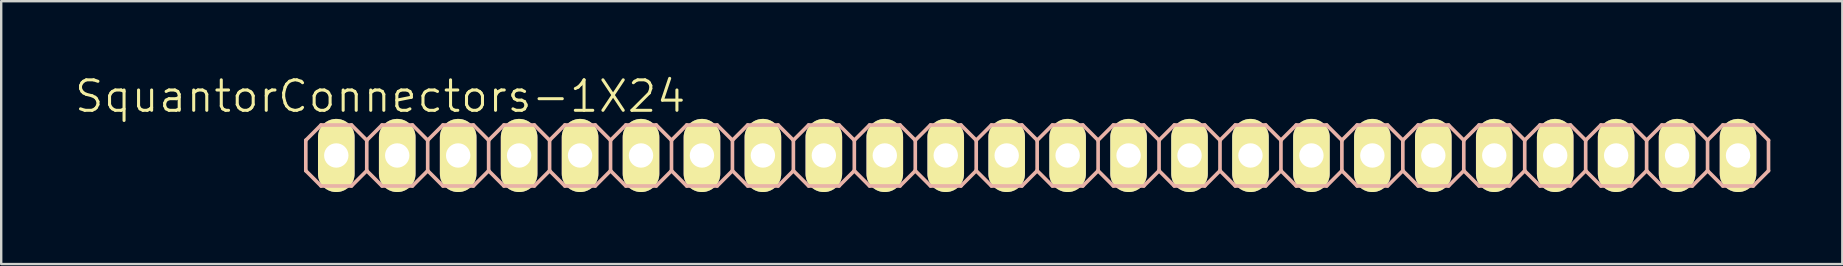
<source format=kicad_pcb>
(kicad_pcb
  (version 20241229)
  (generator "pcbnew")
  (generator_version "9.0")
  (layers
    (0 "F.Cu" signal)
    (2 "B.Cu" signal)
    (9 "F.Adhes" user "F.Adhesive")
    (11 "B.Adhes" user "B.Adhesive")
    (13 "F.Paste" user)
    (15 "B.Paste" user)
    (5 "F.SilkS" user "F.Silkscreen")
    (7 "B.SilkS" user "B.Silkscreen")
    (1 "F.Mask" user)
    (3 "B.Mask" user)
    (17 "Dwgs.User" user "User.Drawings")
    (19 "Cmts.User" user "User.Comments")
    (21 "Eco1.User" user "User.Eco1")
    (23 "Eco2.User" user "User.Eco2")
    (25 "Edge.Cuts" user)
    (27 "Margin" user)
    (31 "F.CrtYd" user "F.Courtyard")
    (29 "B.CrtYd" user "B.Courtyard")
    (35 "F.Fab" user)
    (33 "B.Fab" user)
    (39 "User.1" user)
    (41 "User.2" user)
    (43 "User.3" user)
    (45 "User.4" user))
  (footprint "SquantorConnectors-1X24"
    (layer "F.Cu")
    (at 40.175 3.43)
    (property "Reference" "SquantorConnectors-1X24" (at -27.381 -2.464 0) (layer "F.SilkS") (effects (font (size 1.27 1.27) (thickness 0.127))))
    (attr exclude_from_pos_files exclude_from_bom)
    (fp_line (start -29.464 -0.254) (end -28.953 -0.254) (stroke (width 0.066) (type solid)) (layer "F.SilkS"))
    (fp_line (start -29.464 0.254) (end -29.464 -0.254) (stroke (width 0.066) (type solid)) (layer "F.SilkS"))
    (fp_line (start -29.464 0.254) (end -28.953 0.254) (stroke (width 0.066) (type solid)) (layer "F.SilkS"))
    (fp_line (start -28.953 0.254) (end -28.953 -0.254) (stroke (width 0.066) (type solid)) (layer "F.SilkS"))
    (fp_line (start -26.924 -0.254) (end -26.416 -0.254) (stroke (width 0.066) (type solid)) (layer "F.SilkS"))
    (fp_line (start -26.924 0.254) (end -26.924 -0.254) (stroke (width 0.066) (type solid)) (layer "F.SilkS"))
    (fp_line (start -26.924 0.254) (end -26.416 0.254) (stroke (width 0.066) (type solid)) (layer "F.SilkS"))
    (fp_line (start -26.416 0.254) (end -26.416 -0.254) (stroke (width 0.066) (type solid)) (layer "F.SilkS"))
    (fp_line (start -24.384 -0.254) (end -23.876 -0.254) (stroke (width 0.066) (type solid)) (layer "F.SilkS"))
    (fp_line (start -24.384 0.254) (end -24.384 -0.254) (stroke (width 0.066) (type solid)) (layer "F.SilkS"))
    (fp_line (start -24.384 0.254) (end -23.876 0.254) (stroke (width 0.066) (type solid)) (layer "F.SilkS"))
    (fp_line (start -23.876 0.254) (end -23.876 -0.254) (stroke (width 0.066) (type solid)) (layer "F.SilkS"))
    (fp_line (start -21.844 -0.254) (end -21.336 -0.254) (stroke (width 0.066) (type solid)) (layer "F.SilkS"))
    (fp_line (start -21.844 0.254) (end -21.844 -0.254) (stroke (width 0.066) (type solid)) (layer "F.SilkS"))
    (fp_line (start -21.844 0.254) (end -21.336 0.254) (stroke (width 0.066) (type solid)) (layer "F.SilkS"))
    (fp_line (start -21.336 0.254) (end -21.336 -0.254) (stroke (width 0.066) (type solid)) (layer "F.SilkS"))
    (fp_line (start -19.304 -0.254) (end -18.796 -0.254) (stroke (width 0.066) (type solid)) (layer "F.SilkS"))
    (fp_line (start -19.304 0.254) (end -19.304 -0.254) (stroke (width 0.066) (type solid)) (layer "F.SilkS"))
    (fp_line (start -19.304 0.254) (end -18.796 0.254) (stroke (width 0.066) (type solid)) (layer "F.SilkS"))
    (fp_line (start -18.796 0.254) (end -18.796 -0.254) (stroke (width 0.066) (type solid)) (layer "F.SilkS"))
    (fp_line (start -16.764 -0.254) (end -16.256 -0.254) (stroke (width 0.066) (type solid)) (layer "F.SilkS"))
    (fp_line (start -16.764 0.254) (end -16.764 -0.254) (stroke (width 0.066) (type solid)) (layer "F.SilkS"))
    (fp_line (start -16.764 0.254) (end -16.256 0.254) (stroke (width 0.066) (type solid)) (layer "F.SilkS"))
    (fp_line (start -16.256 0.254) (end -16.256 -0.254) (stroke (width 0.066) (type solid)) (layer "F.SilkS"))
    (fp_line (start -14.224 -0.254) (end -13.716 -0.254) (stroke (width 0.066) (type solid)) (layer "F.SilkS"))
    (fp_line (start -14.224 0.254) (end -14.224 -0.254) (stroke (width 0.066) (type solid)) (layer "F.SilkS"))
    (fp_line (start -14.224 0.254) (end -13.716 0.254) (stroke (width 0.066) (type solid)) (layer "F.SilkS"))
    (fp_line (start -13.716 0.254) (end -13.716 -0.254) (stroke (width 0.066) (type solid)) (layer "F.SilkS"))
    (fp_line (start -11.684 -0.254) (end -11.176 -0.254) (stroke (width 0.066) (type solid)) (layer "F.SilkS"))
    (fp_line (start -11.684 0.254) (end -11.684 -0.254) (stroke (width 0.066) (type solid)) (layer "F.SilkS"))
    (fp_line (start -11.684 0.254) (end -11.176 0.254) (stroke (width 0.066) (type solid)) (layer "F.SilkS"))
    (fp_line (start -11.176 0.254) (end -11.176 -0.254) (stroke (width 0.066) (type solid)) (layer "F.SilkS"))
    (fp_line (start -9.144 -0.254) (end -8.636 -0.254) (stroke (width 0.066) (type solid)) (layer "F.SilkS"))
    (fp_line (start -9.144 0.254) (end -9.144 -0.254) (stroke (width 0.066) (type solid)) (layer "F.SilkS"))
    (fp_line (start -9.144 0.254) (end -8.636 0.254) (stroke (width 0.066) (type solid)) (layer "F.SilkS"))
    (fp_line (start -8.636 0.254) (end -8.636 -0.254) (stroke (width 0.066) (type solid)) (layer "F.SilkS"))
    (fp_line (start -6.604 -0.254) (end -6.096 -0.254) (stroke (width 0.066) (type solid)) (layer "F.SilkS"))
    (fp_line (start -6.604 0.254) (end -6.604 -0.254) (stroke (width 0.066) (type solid)) (layer "F.SilkS"))
    (fp_line (start -6.604 0.254) (end -6.096 0.254) (stroke (width 0.066) (type solid)) (layer "F.SilkS"))
    (fp_line (start -6.096 0.254) (end -6.096 -0.254) (stroke (width 0.066) (type solid)) (layer "F.SilkS"))
    (fp_line (start -4.064 -0.254) (end -3.556 -0.254) (stroke (width 0.066) (type solid)) (layer "F.SilkS"))
    (fp_line (start -4.064 0.254) (end -4.064 -0.254) (stroke (width 0.066) (type solid)) (layer "F.SilkS"))
    (fp_line (start -4.064 0.254) (end -3.556 0.254) (stroke (width 0.066) (type solid)) (layer "F.SilkS"))
    (fp_line (start -3.556 0.254) (end -3.556 -0.254) (stroke (width 0.066) (type solid)) (layer "F.SilkS"))
    (fp_line (start -1.524 -0.254) (end -1.016 -0.254) (stroke (width 0.066) (type solid)) (layer "F.SilkS"))
    (fp_line (start -1.524 0.254) (end -1.524 -0.254) (stroke (width 0.066) (type solid)) (layer "F.SilkS"))
    (fp_line (start -1.524 0.254) (end -1.016 0.254) (stroke (width 0.066) (type solid)) (layer "F.SilkS"))
    (fp_line (start -1.016 0.254) (end -1.016 -0.254) (stroke (width 0.066) (type solid)) (layer "F.SilkS"))
    (fp_line (start 1.016 -0.254) (end 1.524 -0.254) (stroke (width 0.066) (type solid)) (layer "F.SilkS"))
    (fp_line (start 1.016 0.254) (end 1.016 -0.254) (stroke (width 0.066) (type solid)) (layer "F.SilkS"))
    (fp_line (start 1.016 0.254) (end 1.524 0.254) (stroke (width 0.066) (type solid)) (layer "F.SilkS"))
    (fp_line (start 1.524 0.254) (end 1.524 -0.254) (stroke (width 0.066) (type solid)) (layer "F.SilkS"))
    (fp_line (start 3.556 -0.254) (end 4.064 -0.254) (stroke (width 0.066) (type solid)) (layer "F.SilkS"))
    (fp_line (start 3.556 0.254) (end 3.556 -0.254) (stroke (width 0.066) (type solid)) (layer "F.SilkS"))
    (fp_line (start 3.556 0.254) (end 4.064 0.254) (stroke (width 0.066) (type solid)) (layer "F.SilkS"))
    (fp_line (start 4.064 0.254) (end 4.064 -0.254) (stroke (width 0.066) (type solid)) (layer "F.SilkS"))
    (fp_line (start 6.096 -0.254) (end 6.604 -0.254) (stroke (width 0.066) (type solid)) (layer "F.SilkS"))
    (fp_line (start 6.096 0.254) (end 6.096 -0.254) (stroke (width 0.066) (type solid)) (layer "F.SilkS"))
    (fp_line (start 6.096 0.254) (end 6.604 0.254) (stroke (width 0.066) (type solid)) (layer "F.SilkS"))
    (fp_line (start 6.604 0.254) (end 6.604 -0.254) (stroke (width 0.066) (type solid)) (layer "F.SilkS"))
    (fp_line (start 8.636 -0.254) (end 9.144 -0.254) (stroke (width 0.066) (type solid)) (layer "F.SilkS"))
    (fp_line (start 8.636 0.254) (end 8.636 -0.254) (stroke (width 0.066) (type solid)) (layer "F.SilkS"))
    (fp_line (start 8.636 0.254) (end 9.144 0.254) (stroke (width 0.066) (type solid)) (layer "F.SilkS"))
    (fp_line (start 9.144 0.254) (end 9.144 -0.254) (stroke (width 0.066) (type solid)) (layer "F.SilkS"))
    (fp_line (start 11.176 -0.254) (end 11.684 -0.254) (stroke (width 0.066) (type solid)) (layer "F.SilkS"))
    (fp_line (start 11.176 0.254) (end 11.176 -0.254) (stroke (width 0.066) (type solid)) (layer "F.SilkS"))
    (fp_line (start 11.176 0.254) (end 11.684 0.254) (stroke (width 0.066) (type solid)) (layer "F.SilkS"))
    (fp_line (start 11.684 0.254) (end 11.684 -0.254) (stroke (width 0.066) (type solid)) (layer "F.SilkS"))
    (fp_line (start 13.716 -0.254) (end 14.224 -0.254) (stroke (width 0.066) (type solid)) (layer "F.SilkS"))
    (fp_line (start 13.716 0.254) (end 13.716 -0.254) (stroke (width 0.066) (type solid)) (layer "F.SilkS"))
    (fp_line (start 13.716 0.254) (end 14.224 0.254) (stroke (width 0.066) (type solid)) (layer "F.SilkS"))
    (fp_line (start 14.224 0.254) (end 14.224 -0.254) (stroke (width 0.066) (type solid)) (layer "F.SilkS"))
    (fp_line (start 16.256 -0.254) (end 16.764 -0.254) (stroke (width 0.066) (type solid)) (layer "F.SilkS"))
    (fp_line (start 16.256 0.254) (end 16.256 -0.254) (stroke (width 0.066) (type solid)) (layer "F.SilkS"))
    (fp_line (start 16.256 0.254) (end 16.764 0.254) (stroke (width 0.066) (type solid)) (layer "F.SilkS"))
    (fp_line (start 16.764 0.254) (end 16.764 -0.254) (stroke (width 0.066) (type solid)) (layer "F.SilkS"))
    (fp_line (start 18.796 -0.254) (end 19.304 -0.254) (stroke (width 0.066) (type solid)) (layer "F.SilkS"))
    (fp_line (start 18.796 0.254) (end 18.796 -0.254) (stroke (width 0.066) (type solid)) (layer "F.SilkS"))
    (fp_line (start 18.796 0.254) (end 19.304 0.254) (stroke (width 0.066) (type solid)) (layer "F.SilkS"))
    (fp_line (start 19.304 0.254) (end 19.304 -0.254) (stroke (width 0.066) (type solid)) (layer "F.SilkS"))
    (fp_line (start 21.336 -0.254) (end 21.844 -0.254) (stroke (width 0.066) (type solid)) (layer "F.SilkS"))
    (fp_line (start 21.336 0.254) (end 21.336 -0.254) (stroke (width 0.066) (type solid)) (layer "F.SilkS"))
    (fp_line (start 21.336 0.254) (end 21.844 0.254) (stroke (width 0.066) (type solid)) (layer "F.SilkS"))
    (fp_line (start 21.844 0.254) (end 21.844 -0.254) (stroke (width 0.066) (type solid)) (layer "F.SilkS"))
    (fp_line (start 23.876 -0.254) (end 24.384 -0.254) (stroke (width 0.066) (type solid)) (layer "F.SilkS"))
    (fp_line (start 23.876 0.254) (end 23.876 -0.254) (stroke (width 0.066) (type solid)) (layer "F.SilkS"))
    (fp_line (start 23.876 0.254) (end 24.384 0.254) (stroke (width 0.066) (type solid)) (layer "F.SilkS"))
    (fp_line (start 24.384 0.254) (end 24.384 -0.254) (stroke (width 0.066) (type solid)) (layer "F.SilkS"))
    (fp_line (start 26.416 -0.254) (end 26.924 -0.254) (stroke (width 0.066) (type solid)) (layer "F.SilkS"))
    (fp_line (start 26.416 0.254) (end 26.416 -0.254) (stroke (width 0.066) (type solid)) (layer "F.SilkS"))
    (fp_line (start 26.416 0.254) (end 26.924 0.254) (stroke (width 0.066) (type solid)) (layer "F.SilkS"))
    (fp_line (start 26.924 0.254) (end 26.924 -0.254) (stroke (width 0.066) (type solid)) (layer "F.SilkS"))
    (fp_line (start 28.953 -0.254) (end 29.464 -0.254) (stroke (width 0.066) (type solid)) (layer "F.SilkS"))
    (fp_line (start 28.953 0.254) (end 28.953 -0.254) (stroke (width 0.066) (type solid)) (layer "F.SilkS"))
    (fp_line (start 28.953 0.254) (end 29.464 0.254) (stroke (width 0.066) (type solid)) (layer "F.SilkS"))
    (fp_line (start 29.464 0.254) (end 29.464 -0.254) (stroke (width 0.066) (type solid)) (layer "F.SilkS"))
    (fp_line (start -30.48 -0.635) (end -30.48 0.635) (stroke (width 0.152) (type solid)) (layer "B.SilkS"))
    (fp_line (start -30.48 0.635) (end -29.845 1.27) (stroke (width 0.152) (type solid)) (layer "B.SilkS"))
    (fp_line (start -29.845 -1.27) (end -30.48 -0.635) (stroke (width 0.152) (type solid)) (layer "B.SilkS"))
    (fp_line (start -29.845 -1.27) (end -28.575 -1.27) (stroke (width 0.152) (type solid)) (layer "B.SilkS"))
    (fp_line (start -28.575 -1.27) (end -27.94 -0.635) (stroke (width 0.152) (type solid)) (layer "B.SilkS"))
    (fp_line (start -28.575 1.27) (end -29.845 1.27) (stroke (width 0.152) (type solid)) (layer "B.SilkS"))
    (fp_line (start -27.94 -0.635) (end -27.94 0.635) (stroke (width 0.152) (type solid)) (layer "B.SilkS"))
    (fp_line (start -27.94 -0.635) (end -27.305 -1.27) (stroke (width 0.152) (type solid)) (layer "B.SilkS"))
    (fp_line (start -27.94 0.635) (end -28.575 1.27) (stroke (width 0.152) (type solid)) (layer "B.SilkS"))
    (fp_line (start -27.305 -1.27) (end -26.035 -1.27) (stroke (width 0.152) (type solid)) (layer "B.SilkS"))
    (fp_line (start -27.305 1.27) (end -27.94 0.635) (stroke (width 0.152) (type solid)) (layer "B.SilkS"))
    (fp_line (start -26.035 -1.27) (end -25.4 -0.635) (stroke (width 0.152) (type solid)) (layer "B.SilkS"))
    (fp_line (start -26.035 1.27) (end -27.305 1.27) (stroke (width 0.152) (type solid)) (layer "B.SilkS"))
    (fp_line (start -25.4 -0.635) (end -25.4 0.635) (stroke (width 0.152) (type solid)) (layer "B.SilkS"))
    (fp_line (start -25.4 -0.635) (end -24.765 -1.27) (stroke (width 0.152) (type solid)) (layer "B.SilkS"))
    (fp_line (start -25.4 0.635) (end -26.035 1.27) (stroke (width 0.152) (type solid)) (layer "B.SilkS"))
    (fp_line (start -24.765 -1.27) (end -23.495 -1.27) (stroke (width 0.152) (type solid)) (layer "B.SilkS"))
    (fp_line (start -24.765 1.27) (end -25.4 0.635) (stroke (width 0.152) (type solid)) (layer "B.SilkS"))
    (fp_line (start -23.495 -1.27) (end -22.86 -0.635) (stroke (width 0.152) (type solid)) (layer "B.SilkS"))
    (fp_line (start -23.495 1.27) (end -24.765 1.27) (stroke (width 0.152) (type solid)) (layer "B.SilkS"))
    (fp_line (start -22.86 -0.635) (end -22.86 0.635) (stroke (width 0.152) (type solid)) (layer "B.SilkS"))
    (fp_line (start -22.86 0.635) (end -23.495 1.27) (stroke (width 0.152) (type solid)) (layer "B.SilkS"))
    (fp_line (start -22.86 0.635) (end -22.225 1.27) (stroke (width 0.152) (type solid)) (layer "B.SilkS"))
    (fp_line (start -22.225 -1.27) (end -22.86 -0.635) (stroke (width 0.152) (type solid)) (layer "B.SilkS"))
    (fp_line (start -22.225 -1.27) (end -20.955 -1.27) (stroke (width 0.152) (type solid)) (layer "B.SilkS"))
    (fp_line (start -20.955 -1.27) (end -20.32 -0.635) (stroke (width 0.152) (type solid)) (layer "B.SilkS"))
    (fp_line (start -20.955 1.27) (end -22.225 1.27) (stroke (width 0.152) (type solid)) (layer "B.SilkS"))
    (fp_line (start -20.32 -0.635) (end -20.32 0.635) (stroke (width 0.152) (type solid)) (layer "B.SilkS"))
    (fp_line (start -20.32 -0.635) (end -19.685 -1.27) (stroke (width 0.152) (type solid)) (layer "B.SilkS"))
    (fp_line (start -20.32 0.635) (end -20.955 1.27) (stroke (width 0.152) (type solid)) (layer "B.SilkS"))
    (fp_line (start -19.685 -1.27) (end -18.415 -1.27) (stroke (width 0.152) (type solid)) (layer "B.SilkS"))
    (fp_line (start -19.685 1.27) (end -20.32 0.635) (stroke (width 0.152) (type solid)) (layer "B.SilkS"))
    (fp_line (start -18.415 -1.27) (end -17.78 -0.635) (stroke (width 0.152) (type solid)) (layer "B.SilkS"))
    (fp_line (start -18.415 1.27) (end -19.685 1.27) (stroke (width 0.152) (type solid)) (layer "B.SilkS"))
    (fp_line (start -17.78 -0.635) (end -17.78 0.635) (stroke (width 0.152) (type solid)) (layer "B.SilkS"))
    (fp_line (start -17.78 -0.635) (end -17.145 -1.27) (stroke (width 0.152) (type solid)) (layer "B.SilkS"))
    (fp_line (start -17.78 0.635) (end -18.415 1.27) (stroke (width 0.152) (type solid)) (layer "B.SilkS"))
    (fp_line (start -17.145 -1.27) (end -15.875 -1.27) (stroke (width 0.152) (type solid)) (layer "B.SilkS"))
    (fp_line (start -17.145 1.27) (end -17.78 0.635) (stroke (width 0.152) (type solid)) (layer "B.SilkS"))
    (fp_line (start -15.875 -1.27) (end -15.24 -0.635) (stroke (width 0.152) (type solid)) (layer "B.SilkS"))
    (fp_line (start -15.875 1.27) (end -17.145 1.27) (stroke (width 0.152) (type solid)) (layer "B.SilkS"))
    (fp_line (start -15.24 -0.635) (end -15.24 0.635) (stroke (width 0.152) (type solid)) (layer "B.SilkS"))
    (fp_line (start -15.24 0.635) (end -15.875 1.27) (stroke (width 0.152) (type solid)) (layer "B.SilkS"))
    (fp_line (start -15.24 0.635) (end -14.605 1.27) (stroke (width 0.152) (type solid)) (layer "B.SilkS"))
    (fp_line (start -14.605 -1.27) (end -15.24 -0.635) (stroke (width 0.152) (type solid)) (layer "B.SilkS"))
    (fp_line (start -14.605 -1.27) (end -13.335 -1.27) (stroke (width 0.152) (type solid)) (layer "B.SilkS"))
    (fp_line (start -13.335 -1.27) (end -12.7 -0.635) (stroke (width 0.152) (type solid)) (layer "B.SilkS"))
    (fp_line (start -13.335 1.27) (end -14.605 1.27) (stroke (width 0.152) (type solid)) (layer "B.SilkS"))
    (fp_line (start -12.7 -0.635) (end -12.7 0.635) (stroke (width 0.152) (type solid)) (layer "B.SilkS"))
    (fp_line (start -12.7 -0.635) (end -12.065 -1.27) (stroke (width 0.152) (type solid)) (layer "B.SilkS"))
    (fp_line (start -12.7 0.635) (end -13.335 1.27) (stroke (width 0.152) (type solid)) (layer "B.SilkS"))
    (fp_line (start -12.065 -1.27) (end -10.795 -1.27) (stroke (width 0.152) (type solid)) (layer "B.SilkS"))
    (fp_line (start -12.065 1.27) (end -12.7 0.635) (stroke (width 0.152) (type solid)) (layer "B.SilkS"))
    (fp_line (start -10.795 -1.27) (end -10.16 -0.635) (stroke (width 0.152) (type solid)) (layer "B.SilkS"))
    (fp_line (start -10.795 1.27) (end -12.065 1.27) (stroke (width 0.152) (type solid)) (layer "B.SilkS"))
    (fp_line (start -10.16 -0.635) (end -10.16 0.635) (stroke (width 0.152) (type solid)) (layer "B.SilkS"))
    (fp_line (start -10.16 -0.635) (end -9.525 -1.27) (stroke (width 0.152) (type solid)) (layer "B.SilkS"))
    (fp_line (start -10.16 0.635) (end -10.795 1.27) (stroke (width 0.152) (type solid)) (layer "B.SilkS"))
    (fp_line (start -9.525 -1.27) (end -8.255 -1.27) (stroke (width 0.152) (type solid)) (layer "B.SilkS"))
    (fp_line (start -9.525 1.27) (end -10.16 0.635) (stroke (width 0.152) (type solid)) (layer "B.SilkS"))
    (fp_line (start -8.255 -1.27) (end -7.62 -0.635) (stroke (width 0.152) (type solid)) (layer "B.SilkS"))
    (fp_line (start -8.255 1.27) (end -9.525 1.27) (stroke (width 0.152) (type solid)) (layer "B.SilkS"))
    (fp_line (start -7.62 -0.635) (end -7.62 0.635) (stroke (width 0.152) (type solid)) (layer "B.SilkS"))
    (fp_line (start -7.62 0.635) (end -8.255 1.27) (stroke (width 0.152) (type solid)) (layer "B.SilkS"))
    (fp_line (start -7.62 0.635) (end -6.985 1.27) (stroke (width 0.152) (type solid)) (layer "B.SilkS"))
    (fp_line (start -6.985 -1.27) (end -7.62 -0.635) (stroke (width 0.152) (type solid)) (layer "B.SilkS"))
    (fp_line (start -6.985 -1.27) (end -5.715 -1.27) (stroke (width 0.152) (type solid)) (layer "B.SilkS"))
    (fp_line (start -5.715 -1.27) (end -5.08 -0.635) (stroke (width 0.152) (type solid)) (layer "B.SilkS"))
    (fp_line (start -5.715 1.27) (end -6.985 1.27) (stroke (width 0.152) (type solid)) (layer "B.SilkS"))
    (fp_line (start -5.08 -0.635) (end -5.08 0.635) (stroke (width 0.152) (type solid)) (layer "B.SilkS"))
    (fp_line (start -5.08 -0.635) (end -4.445 -1.27) (stroke (width 0.152) (type solid)) (layer "B.SilkS"))
    (fp_line (start -5.08 0.635) (end -5.715 1.27) (stroke (width 0.152) (type solid)) (layer "B.SilkS"))
    (fp_line (start -4.445 -1.27) (end -3.175 -1.27) (stroke (width 0.152) (type solid)) (layer "B.SilkS"))
    (fp_line (start -4.445 1.27) (end -5.08 0.635) (stroke (width 0.152) (type solid)) (layer "B.SilkS"))
    (fp_line (start -3.175 -1.27) (end -2.54 -0.635) (stroke (width 0.152) (type solid)) (layer "B.SilkS"))
    (fp_line (start -3.175 1.27) (end -4.445 1.27) (stroke (width 0.152) (type solid)) (layer "B.SilkS"))
    (fp_line (start -2.54 -0.635) (end -2.54 0.635) (stroke (width 0.152) (type solid)) (layer "B.SilkS"))
    (fp_line (start -2.54 -0.635) (end -1.905 -1.27) (stroke (width 0.152) (type solid)) (layer "B.SilkS"))
    (fp_line (start -2.54 0.635) (end -3.175 1.27) (stroke (width 0.152) (type solid)) (layer "B.SilkS"))
    (fp_line (start -1.905 -1.27) (end -0.635 -1.27) (stroke (width 0.152) (type solid)) (layer "B.SilkS"))
    (fp_line (start -1.905 1.27) (end -2.54 0.635) (stroke (width 0.152) (type solid)) (layer "B.SilkS"))
    (fp_line (start -0.635 -1.27) (end 0 -0.635) (stroke (width 0.152) (type solid)) (layer "B.SilkS"))
    (fp_line (start -0.635 1.27) (end -1.905 1.27) (stroke (width 0.152) (type solid)) (layer "B.SilkS"))
    (fp_line (start 0 -0.635) (end 0 0.635) (stroke (width 0.152) (type solid)) (layer "B.SilkS"))
    (fp_line (start 0 0.635) (end -0.635 1.27) (stroke (width 0.152) (type solid)) (layer "B.SilkS"))
    (fp_line (start 0 0.635) (end 0.635 1.27) (stroke (width 0.152) (type solid)) (layer "B.SilkS"))
    (fp_line (start 0.635 -1.27) (end 0 -0.635) (stroke (width 0.152) (type solid)) (layer "B.SilkS"))
    (fp_line (start 0.635 -1.27) (end 1.905 -1.27) (stroke (width 0.152) (type solid)) (layer "B.SilkS"))
    (fp_line (start 1.905 -1.27) (end 2.54 -0.635) (stroke (width 0.152) (type solid)) (layer "B.SilkS"))
    (fp_line (start 1.905 1.27) (end 0.635 1.27) (stroke (width 0.152) (type solid)) (layer "B.SilkS"))
    (fp_line (start 2.54 -0.635) (end 2.54 0.635) (stroke (width 0.152) (type solid)) (layer "B.SilkS"))
    (fp_line (start 2.54 -0.635) (end 3.175 -1.27) (stroke (width 0.152) (type solid)) (layer "B.SilkS"))
    (fp_line (start 2.54 0.635) (end 1.905 1.27) (stroke (width 0.152) (type solid)) (layer "B.SilkS"))
    (fp_line (start 3.175 -1.27) (end 4.445 -1.27) (stroke (width 0.152) (type solid)) (layer "B.SilkS"))
    (fp_line (start 3.175 1.27) (end 2.54 0.635) (stroke (width 0.152) (type solid)) (layer "B.SilkS"))
    (fp_line (start 4.445 -1.27) (end 5.08 -0.635) (stroke (width 0.152) (type solid)) (layer "B.SilkS"))
    (fp_line (start 4.445 1.27) (end 3.175 1.27) (stroke (width 0.152) (type solid)) (layer "B.SilkS"))
    (fp_line (start 5.08 -0.635) (end 5.08 0.635) (stroke (width 0.152) (type solid)) (layer "B.SilkS"))
    (fp_line (start 5.08 -0.635) (end 5.715 -1.27) (stroke (width 0.152) (type solid)) (layer "B.SilkS"))
    (fp_line (start 5.08 0.635) (end 4.445 1.27) (stroke (width 0.152) (type solid)) (layer "B.SilkS"))
    (fp_line (start 5.715 -1.27) (end 6.985 -1.27) (stroke (width 0.152) (type solid)) (layer "B.SilkS"))
    (fp_line (start 5.715 1.27) (end 5.08 0.635) (stroke (width 0.152) (type solid)) (layer "B.SilkS"))
    (fp_line (start 6.985 -1.27) (end 7.62 -0.635) (stroke (width 0.152) (type solid)) (layer "B.SilkS"))
    (fp_line (start 6.985 1.27) (end 5.715 1.27) (stroke (width 0.152) (type solid)) (layer "B.SilkS"))
    (fp_line (start 7.62 -0.635) (end 7.62 0.635) (stroke (width 0.152) (type solid)) (layer "B.SilkS"))
    (fp_line (start 7.62 0.635) (end 6.985 1.27) (stroke (width 0.152) (type solid)) (layer "B.SilkS"))
    (fp_line (start 7.62 0.635) (end 8.255 1.27) (stroke (width 0.152) (type solid)) (layer "B.SilkS"))
    (fp_line (start 8.255 -1.27) (end 7.62 -0.635) (stroke (width 0.152) (type solid)) (layer "B.SilkS"))
    (fp_line (start 8.255 -1.27) (end 9.525 -1.27) (stroke (width 0.152) (type solid)) (layer "B.SilkS"))
    (fp_line (start 9.525 -1.27) (end 10.16 -0.635) (stroke (width 0.152) (type solid)) (layer "B.SilkS"))
    (fp_line (start 9.525 1.27) (end 8.255 1.27) (stroke (width 0.152) (type solid)) (layer "B.SilkS"))
    (fp_line (start 10.16 -0.635) (end 10.16 0.635) (stroke (width 0.152) (type solid)) (layer "B.SilkS"))
    (fp_line (start 10.16 -0.635) (end 10.795 -1.27) (stroke (width 0.152) (type solid)) (layer "B.SilkS"))
    (fp_line (start 10.16 0.635) (end 9.525 1.27) (stroke (width 0.152) (type solid)) (layer "B.SilkS"))
    (fp_line (start 10.795 -1.27) (end 12.065 -1.27) (stroke (width 0.152) (type solid)) (layer "B.SilkS"))
    (fp_line (start 10.795 1.27) (end 10.16 0.635) (stroke (width 0.152) (type solid)) (layer "B.SilkS"))
    (fp_line (start 12.065 -1.27) (end 12.7 -0.635) (stroke (width 0.152) (type solid)) (layer "B.SilkS"))
    (fp_line (start 12.065 1.27) (end 10.795 1.27) (stroke (width 0.152) (type solid)) (layer "B.SilkS"))
    (fp_line (start 12.7 -0.635) (end 12.7 0.635) (stroke (width 0.152) (type solid)) (layer "B.SilkS"))
    (fp_line (start 12.7 -0.635) (end 13.335 -1.27) (stroke (width 0.152) (type solid)) (layer "B.SilkS"))
    (fp_line (start 12.7 0.635) (end 12.065 1.27) (stroke (width 0.152) (type solid)) (layer "B.SilkS"))
    (fp_line (start 13.335 -1.27) (end 14.605 -1.27) (stroke (width 0.152) (type solid)) (layer "B.SilkS"))
    (fp_line (start 13.335 1.27) (end 12.7 0.635) (stroke (width 0.152) (type solid)) (layer "B.SilkS"))
    (fp_line (start 14.605 -1.27) (end 15.24 -0.635) (stroke (width 0.152) (type solid)) (layer "B.SilkS"))
    (fp_line (start 14.605 1.27) (end 13.335 1.27) (stroke (width 0.152) (type solid)) (layer "B.SilkS"))
    (fp_line (start 15.24 -0.635) (end 15.24 0.635) (stroke (width 0.152) (type solid)) (layer "B.SilkS"))
    (fp_line (start 15.24 0.635) (end 14.605 1.27) (stroke (width 0.152) (type solid)) (layer "B.SilkS"))
    (fp_line (start 15.24 0.635) (end 15.875 1.27) (stroke (width 0.152) (type solid)) (layer "B.SilkS"))
    (fp_line (start 15.875 -1.27) (end 15.24 -0.635) (stroke (width 0.152) (type solid)) (layer "B.SilkS"))
    (fp_line (start 15.875 -1.27) (end 17.145 -1.27) (stroke (width 0.152) (type solid)) (layer "B.SilkS"))
    (fp_line (start 17.145 -1.27) (end 17.78 -0.635) (stroke (width 0.152) (type solid)) (layer "B.SilkS"))
    (fp_line (start 17.145 1.27) (end 15.875 1.27) (stroke (width 0.152) (type solid)) (layer "B.SilkS"))
    (fp_line (start 17.78 -0.635) (end 17.78 0.635) (stroke (width 0.152) (type solid)) (layer "B.SilkS"))
    (fp_line (start 17.78 0.635) (end 17.145 1.27) (stroke (width 0.152) (type solid)) (layer "B.SilkS"))
    (fp_line (start 17.78 0.635) (end 18.415 1.27) (stroke (width 0.152) (type solid)) (layer "B.SilkS"))
    (fp_line (start 18.415 -1.27) (end 17.78 -0.635) (stroke (width 0.152) (type solid)) (layer "B.SilkS"))
    (fp_line (start 18.415 -1.27) (end 19.685 -1.27) (stroke (width 0.152) (type solid)) (layer "B.SilkS"))
    (fp_line (start 19.685 -1.27) (end 20.32 -0.635) (stroke (width 0.152) (type solid)) (layer "B.SilkS"))
    (fp_line (start 19.685 1.27) (end 18.415 1.27) (stroke (width 0.152) (type solid)) (layer "B.SilkS"))
    (fp_line (start 20.32 -0.635) (end 20.32 0.635) (stroke (width 0.152) (type solid)) (layer "B.SilkS"))
    (fp_line (start 20.32 0.635) (end 19.685 1.27) (stroke (width 0.152) (type solid)) (layer "B.SilkS"))
    (fp_line (start 20.32 0.635) (end 20.955 1.27) (stroke (width 0.152) (type solid)) (layer "B.SilkS"))
    (fp_line (start 20.955 -1.27) (end 20.32 -0.635) (stroke (width 0.152) (type solid)) (layer "B.SilkS"))
    (fp_line (start 20.955 -1.27) (end 22.225 -1.27) (stroke (width 0.152) (type solid)) (layer "B.SilkS"))
    (fp_line (start 22.225 -1.27) (end 22.86 -0.635) (stroke (width 0.152) (type solid)) (layer "B.SilkS"))
    (fp_line (start 22.225 1.27) (end 20.955 1.27) (stroke (width 0.152) (type solid)) (layer "B.SilkS"))
    (fp_line (start 22.86 -0.635) (end 22.86 0.635) (stroke (width 0.152) (type solid)) (layer "B.SilkS"))
    (fp_line (start 22.86 0.635) (end 22.225 1.27) (stroke (width 0.152) (type solid)) (layer "B.SilkS"))
    (fp_line (start 22.86 0.635) (end 23.495 1.27) (stroke (width 0.152) (type solid)) (layer "B.SilkS"))
    (fp_line (start 23.495 -1.27) (end 22.86 -0.635) (stroke (width 0.152) (type solid)) (layer "B.SilkS"))
    (fp_line (start 23.495 -1.27) (end 24.765 -1.27) (stroke (width 0.152) (type solid)) (layer "B.SilkS"))
    (fp_line (start 24.765 -1.27) (end 25.4 -0.635) (stroke (width 0.152) (type solid)) (layer "B.SilkS"))
    (fp_line (start 24.765 1.27) (end 23.495 1.27) (stroke (width 0.152) (type solid)) (layer "B.SilkS"))
    (fp_line (start 25.4 -0.635) (end 25.4 0.635) (stroke (width 0.152) (type solid)) (layer "B.SilkS"))
    (fp_line (start 25.4 0.635) (end 24.765 1.27) (stroke (width 0.152) (type solid)) (layer "B.SilkS"))
    (fp_line (start 25.4 0.635) (end 26.035 1.27) (stroke (width 0.152) (type solid)) (layer "B.SilkS"))
    (fp_line (start 26.035 -1.27) (end 25.4 -0.635) (stroke (width 0.152) (type solid)) (layer "B.SilkS"))
    (fp_line (start 26.035 -1.27) (end 27.305 -1.27) (stroke (width 0.152) (type solid)) (layer "B.SilkS"))
    (fp_line (start 27.305 -1.27) (end 27.94 -0.635) (stroke (width 0.152) (type solid)) (layer "B.SilkS"))
    (fp_line (start 27.305 1.27) (end 26.035 1.27) (stroke (width 0.152) (type solid)) (layer "B.SilkS"))
    (fp_line (start 27.94 -0.635) (end 27.94 0.635) (stroke (width 0.152) (type solid)) (layer "B.SilkS"))
    (fp_line (start 27.94 0.635) (end 27.305 1.27) (stroke (width 0.152) (type solid)) (layer "B.SilkS"))
    (fp_line (start 27.94 0.635) (end 28.575 1.27) (stroke (width 0.152) (type solid)) (layer "B.SilkS"))
    (fp_line (start 28.575 -1.27) (end 27.94 -0.635) (stroke (width 0.152) (type solid)) (layer "B.SilkS"))
    (fp_line (start 28.575 -1.27) (end 29.845 -1.27) (stroke (width 0.152) (type solid)) (layer "B.SilkS"))
    (fp_line (start 29.845 -1.27) (end 30.48 -0.635) (stroke (width 0.152) (type solid)) (layer "B.SilkS"))
    (fp_line (start 29.845 1.27) (end 28.575 1.27) (stroke (width 0.152) (type solid)) (layer "B.SilkS"))
    (fp_line (start 30.48 -0.635) (end 30.48 0.635) (stroke (width 0.152) (type solid)) (layer "B.SilkS"))
    (fp_line (start 30.48 0.635) (end 29.845 1.27) (stroke (width 0.152) (type solid)) (layer "B.SilkS"))
    (pad "1" thru_hole oval (at -29.21 0 180) (size 1.524 3.048) (drill 1.016) (layers "*.Cu" "F.Mask" "F.SilkS" "F.Paste"))
    (pad "2" thru_hole oval (at -26.67 0 180) (size 1.524 3.048) (drill 1.016) (layers "*.Cu" "F.Mask" "F.SilkS" "F.Paste"))
    (pad "3" thru_hole oval (at -24.13 0 180) (size 1.524 3.048) (drill 1.016) (layers "*.Cu" "F.Mask" "F.SilkS" "F.Paste"))
    (pad "4" thru_hole oval (at -21.59 0 180) (size 1.524 3.048) (drill 1.016) (layers "*.Cu" "F.Mask" "F.SilkS" "F.Paste"))
    (pad "5" thru_hole oval (at -19.05 0 180) (size 1.524 3.048) (drill 1.016) (layers "*.Cu" "F.Mask" "F.SilkS" "F.Paste"))
    (pad "6" thru_hole oval (at -16.51 0 180) (size 1.524 3.048) (drill 1.016) (layers "*.Cu" "F.Mask" "F.SilkS" "F.Paste"))
    (pad "7" thru_hole oval (at -13.97 0 180) (size 1.524 3.048) (drill 1.016) (layers "*.Cu" "F.Mask" "F.SilkS" "F.Paste"))
    (pad "8" thru_hole oval (at -11.43 0 180) (size 1.524 3.048) (drill 1.016) (layers "*.Cu" "F.Mask" "F.SilkS" "F.Paste"))
    (pad "9" thru_hole oval (at -8.89 0 180) (size 1.524 3.048) (drill 1.016) (layers "*.Cu" "F.Mask" "F.SilkS" "F.Paste"))
    (pad "10" thru_hole oval (at -6.35 0 180) (size 1.524 3.048) (drill 1.016) (layers "*.Cu" "F.Mask" "F.SilkS" "F.Paste"))
    (pad "11" thru_hole oval (at -3.81 0 180) (size 1.524 3.048) (drill 1.016) (layers "*.Cu" "F.Mask" "F.SilkS" "F.Paste"))
    (pad "12" thru_hole oval (at -1.27 0 180) (size 1.524 3.048) (drill 1.016) (layers "*.Cu" "F.Mask" "F.SilkS" "F.Paste"))
    (pad "13" thru_hole oval (at 1.27 0 180) (size 1.524 3.048) (drill 1.016) (layers "*.Cu" "F.Mask" "F.SilkS" "F.Paste"))
    (pad "14" thru_hole oval (at 3.81 0 180) (size 1.524 3.048) (drill 1.016) (layers "*.Cu" "F.Mask" "F.SilkS" "F.Paste"))
    (pad "15" thru_hole oval (at 6.35 0 180) (size 1.524 3.048) (drill 1.016) (layers "*.Cu" "F.Mask" "F.SilkS" "F.Paste"))
    (pad "16" thru_hole oval (at 8.89 0 180) (size 1.524 3.048) (drill 1.016) (layers "*.Cu" "F.Mask" "F.SilkS" "F.Paste"))
    (pad "17" thru_hole oval (at 11.43 0 180) (size 1.524 3.048) (drill 1.016) (layers "*.Cu" "F.Mask" "F.SilkS" "F.Paste"))
    (pad "18" thru_hole oval (at 13.97 0 180) (size 1.524 3.048) (drill 1.016) (layers "*.Cu" "F.Mask" "F.SilkS" "F.Paste"))
    (pad "19" thru_hole oval (at 16.51 0 180) (size 1.524 3.048) (drill 1.016) (layers "*.Cu" "F.Mask" "F.SilkS" "F.Paste"))
    (pad "20" thru_hole oval (at 19.05 0 180) (size 1.524 3.048) (drill 1.016) (layers "*.Cu" "F.Mask" "F.SilkS" "F.Paste"))
    (pad "21" thru_hole oval (at 21.59 0 180) (size 1.524 3.048) (drill 1.016) (layers "*.Cu" "F.Mask" "F.SilkS" "F.Paste"))
    (pad "22" thru_hole oval (at 24.13 0 180) (size 1.524 3.048) (drill 1.016) (layers "*.Cu" "F.Mask" "F.SilkS" "F.Paste"))
    (pad "23" thru_hole oval (at 26.67 0 180) (size 1.524 3.048) (drill 1.016) (layers "*.Cu" "F.Mask" "F.SilkS" "F.Paste"))
    (pad "24" thru_hole oval (at 29.21 0 180) (size 1.524 3.048) (drill 1.016) (layers "*.Cu" "F.Mask" "F.SilkS" "F.Paste")))
  (gr_rect
    (start -3 -3)
    (end 73.731 7.954)
    (stroke (width 0.1) (type default))
    (fill no)
    (layer "Edge.Cuts")))
</source>
